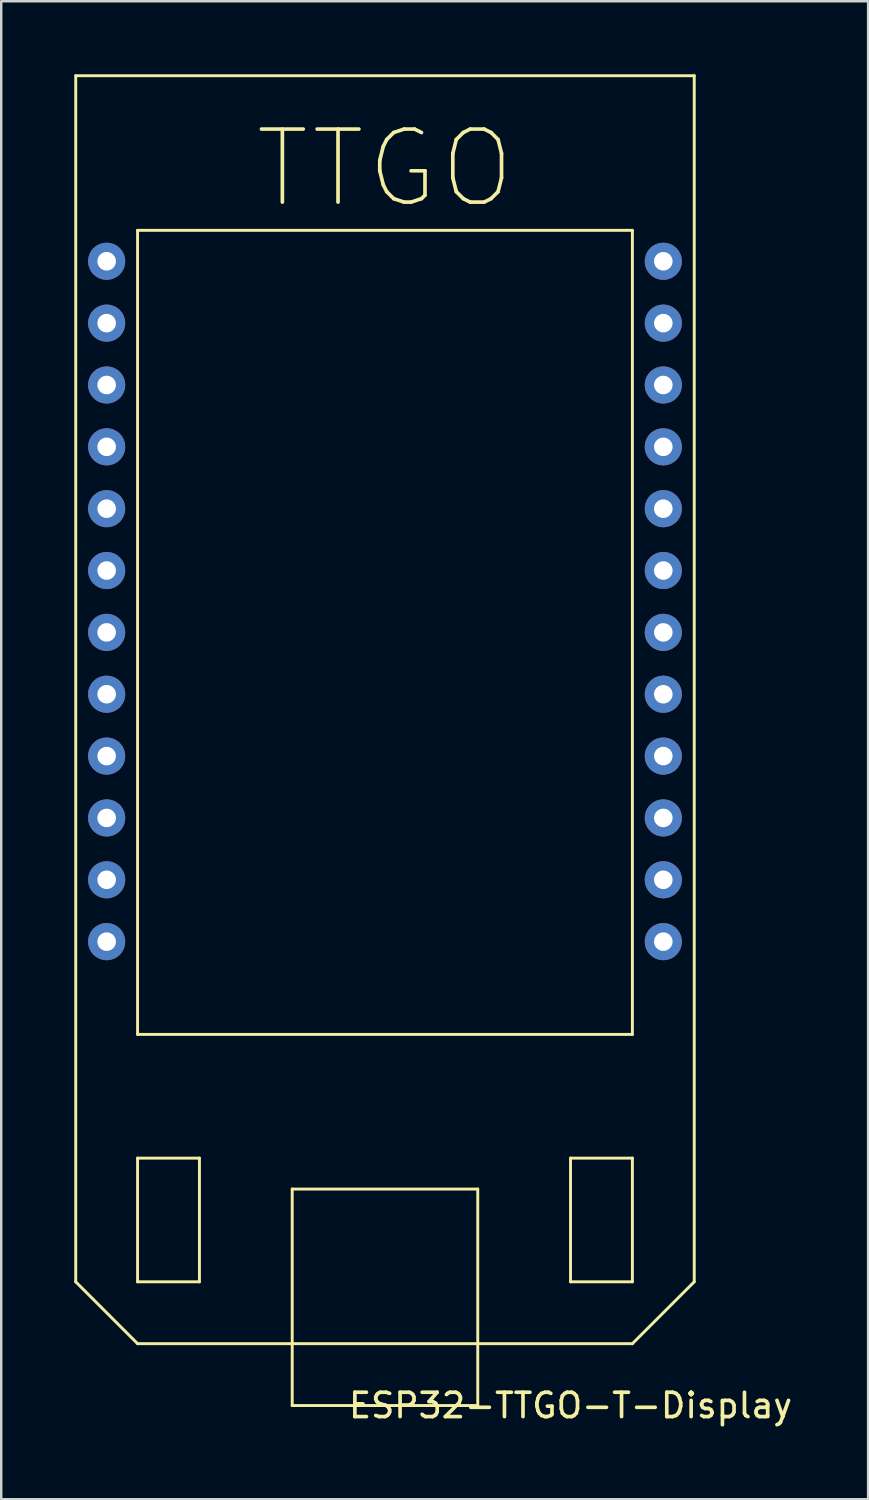
<source format=kicad_pcb>
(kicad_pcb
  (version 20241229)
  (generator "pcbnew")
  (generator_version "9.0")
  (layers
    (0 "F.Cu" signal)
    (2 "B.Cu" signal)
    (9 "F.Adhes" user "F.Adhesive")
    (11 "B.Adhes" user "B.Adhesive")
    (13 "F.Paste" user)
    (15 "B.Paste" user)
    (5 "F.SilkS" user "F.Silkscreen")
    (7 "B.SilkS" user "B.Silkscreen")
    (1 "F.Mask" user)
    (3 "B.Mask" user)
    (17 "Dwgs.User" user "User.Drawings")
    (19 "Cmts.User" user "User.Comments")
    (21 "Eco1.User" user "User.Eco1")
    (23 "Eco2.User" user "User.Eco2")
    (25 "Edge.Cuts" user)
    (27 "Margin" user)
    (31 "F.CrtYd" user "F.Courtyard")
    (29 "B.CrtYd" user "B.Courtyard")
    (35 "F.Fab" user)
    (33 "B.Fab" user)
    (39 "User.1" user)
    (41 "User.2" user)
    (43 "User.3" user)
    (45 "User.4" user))
  (footprint "ESP32-TTGO-T-Display"
    (layer "F.Cu")
    (at 12.76 25.46)
    (property "Reference" "ESP32-TTGO-T-Display" (at 7.62 29.21 0) (layer "F.SilkS") (effects (font (size 1 1) (thickness 0.15))))
    (attr through_hole)
    (fp_line (start -12.7 -25.4) (end -12.7 24.13) (stroke (width 0.12) (type solid)) (layer "F.SilkS"))
    (fp_line (start -12.7 24.13) (end -10.16 26.67) (stroke (width 0.12) (type solid)) (layer "F.SilkS"))
    (fp_line (start -10.16 -19.05) (end 10.16 -19.05) (stroke (width 0.12) (type solid)) (layer "F.SilkS"))
    (fp_line (start -10.16 13.97) (end -10.16 -19.05) (stroke (width 0.12) (type solid)) (layer "F.SilkS"))
    (fp_line (start -10.16 19.05) (end -10.16 24.13) (stroke (width 0.12) (type solid)) (layer "F.SilkS"))
    (fp_line (start -10.16 24.13) (end -7.62 24.13) (stroke (width 0.12) (type solid)) (layer "F.SilkS"))
    (fp_line (start -10.16 26.67) (end 10.16 26.67) (stroke (width 0.12) (type solid)) (layer "F.SilkS"))
    (fp_line (start -7.62 19.05) (end -10.16 19.05) (stroke (width 0.12) (type solid)) (layer "F.SilkS"))
    (fp_line (start -7.62 24.13) (end -7.62 19.05) (stroke (width 0.12) (type solid)) (layer "F.SilkS"))
    (fp_line (start -3.81 20.32) (end 3.81 20.32) (stroke (width 0.12) (type solid)) (layer "F.SilkS"))
    (fp_line (start -3.81 29.21) (end -3.81 20.32) (stroke (width 0.12) (type solid)) (layer "F.SilkS"))
    (fp_line (start 3.81 20.32) (end 3.81 29.21) (stroke (width 0.12) (type solid)) (layer "F.SilkS"))
    (fp_line (start 3.81 29.21) (end -3.81 29.21) (stroke (width 0.12) (type solid)) (layer "F.SilkS"))
    (fp_line (start 7.62 19.05) (end 7.62 24.13) (stroke (width 0.12) (type solid)) (layer "F.SilkS"))
    (fp_line (start 7.62 24.13) (end 10.16 24.13) (stroke (width 0.12) (type solid)) (layer "F.SilkS"))
    (fp_line (start 10.16 -19.05) (end 10.16 13.97) (stroke (width 0.12) (type solid)) (layer "F.SilkS"))
    (fp_line (start 10.16 13.97) (end -10.16 13.97) (stroke (width 0.12) (type solid)) (layer "F.SilkS"))
    (fp_line (start 10.16 19.05) (end 7.62 19.05) (stroke (width 0.12) (type solid)) (layer "F.SilkS"))
    (fp_line (start 10.16 24.13) (end 10.16 19.05) (stroke (width 0.12) (type solid)) (layer "F.SilkS"))
    (fp_line (start 10.16 26.67) (end 12.7 24.13) (stroke (width 0.12) (type solid)) (layer "F.SilkS"))
    (fp_line (start 12.7 -25.4) (end -12.7 -25.4) (stroke (width 0.12) (type solid)) (layer "F.SilkS"))
    (fp_line (start 12.7 24.13) (end 12.7 -25.4) (stroke (width 0.12) (type solid)) (layer "F.SilkS"))
    (fp_text user "TTGO" (at 0 -21.59 0) (unlocked yes) (layer "F.SilkS") (effects (font (size 3 3) (thickness 0.15))))
    (pad "2" thru_hole circle (at -11.43 -5.08) (size 1.524 1.524) (drill 0.762) (layers "*.Cu" "*.Mask"))
    (pad "3V3-1" thru_hole circle (at -11.43 10.16) (size 1.524 1.524) (drill 0.762) (layers "*.Cu" "*.Mask"))
    (pad "3V3-2" thru_hole circle (at 11.43 -17.78) (size 1.524 1.524) (drill 0.762) (layers "*.Cu" "*.Mask"))
    (pad "5V5" thru_hole circle (at 11.43 10.16) (size 1.524 1.524) (drill 0.762) (layers "*.Cu" "*.Mask"))
    (pad "12" thru_hole circle (at -11.43 2.54) (size 1.524 1.524) (drill 0.762) (layers "*.Cu" "*.Mask"))
    (pad "13" thru_hole circle (at -11.43 0) (size 1.524 1.524) (drill 0.762) (layers "*.Cu" "*.Mask"))
    (pad "15" thru_hole circle (at -11.43 -2.54) (size 1.524 1.524) (drill 0.762) (layers "*.Cu" "*.Mask"))
    (pad "17" thru_hole circle (at -11.43 -7.62) (size 1.524 1.524) (drill 0.762) (layers "*.Cu" "*.Mask"))
    (pad "21" thru_hole circle (at -11.43 -12.7) (size 1.524 1.524) (drill 0.762) (layers "*.Cu" "*.Mask"))
    (pad "22" thru_hole circle (at -11.43 -10.16) (size 1.524 1.524) (drill 0.762) (layers "*.Cu" "*.Mask"))
    (pad "25" thru_hole circle (at 11.43 0) (size 1.524 1.524) (drill 0.762) (layers "*.Cu" "*.Mask"))
    (pad "26" thru_hole circle (at 11.43 2.54) (size 1.524 1.524) (drill 0.762) (layers "*.Cu" "*.Mask"))
    (pad "27" thru_hole circle (at 11.43 5.08) (size 1.524 1.524) (drill 0.762) (layers "*.Cu" "*.Mask"))
    (pad "32" thru_hole circle (at 11.43 -5.08) (size 1.524 1.524) (drill 0.762) (layers "*.Cu" "*.Mask"))
    (pad "33" thru_hole circle (at 11.43 -2.54) (size 1.524 1.524) (drill 0.762) (layers "*.Cu" "*.Mask"))
    (pad "36" thru_hole circle (at 11.43 -15.24) (size 1.524 1.524) (drill 0.762) (layers "*.Cu" "*.Mask"))
    (pad "37" thru_hole circle (at 11.43 -12.7) (size 1.524 1.524) (drill 0.762) (layers "*.Cu" "*.Mask"))
    (pad "38" thru_hole circle (at 11.43 -10.16) (size 1.524 1.524) (drill 0.762) (layers "*.Cu" "*.Mask"))
    (pad "39" thru_hole circle (at 11.43 -7.62) (size 1.524 1.524) (drill 0.762) (layers "*.Cu" "*.Mask"))
    (pad "G1" thru_hole circle (at -11.43 -17.78) (size 1.524 1.524) (drill 0.762) (layers "*.Cu" "*.Mask"))
    (pad "G2" thru_hole circle (at -11.43 -15.24) (size 1.524 1.524) (drill 0.762) (layers "*.Cu" "*.Mask"))
    (pad "G3" thru_hole circle (at -11.43 5.08) (size 1.524 1.524) (drill 0.762) (layers "*.Cu" "*.Mask"))
    (pad "G4" thru_hole circle (at -11.43 7.62) (size 1.524 1.524) (drill 0.762) (layers "*.Cu" "*.Mask"))
    (pad "G5" thru_hole circle (at 11.43 7.62) (size 1.524 1.524) (drill 0.762) (layers "*.Cu" "*.Mask")))
  (gr_rect
    (start -3 -3)
    (end 32.6 58.518)
    (stroke (width 0.1) (type default))
    (fill no)
    (layer "Edge.Cuts")))
</source>
